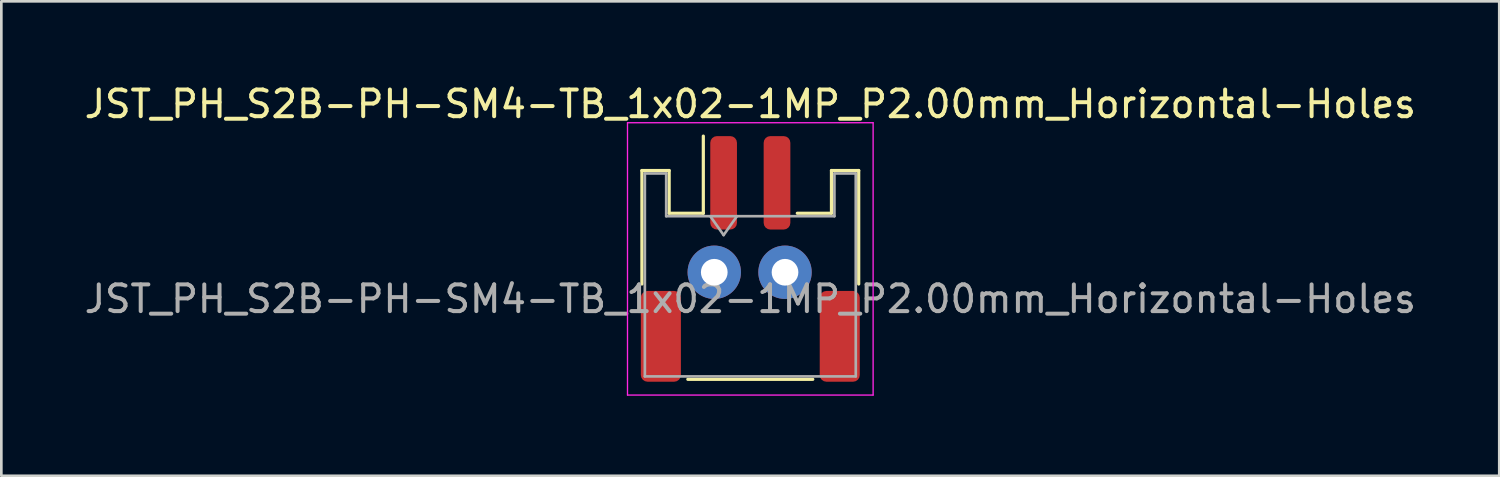
<source format=kicad_pcb>
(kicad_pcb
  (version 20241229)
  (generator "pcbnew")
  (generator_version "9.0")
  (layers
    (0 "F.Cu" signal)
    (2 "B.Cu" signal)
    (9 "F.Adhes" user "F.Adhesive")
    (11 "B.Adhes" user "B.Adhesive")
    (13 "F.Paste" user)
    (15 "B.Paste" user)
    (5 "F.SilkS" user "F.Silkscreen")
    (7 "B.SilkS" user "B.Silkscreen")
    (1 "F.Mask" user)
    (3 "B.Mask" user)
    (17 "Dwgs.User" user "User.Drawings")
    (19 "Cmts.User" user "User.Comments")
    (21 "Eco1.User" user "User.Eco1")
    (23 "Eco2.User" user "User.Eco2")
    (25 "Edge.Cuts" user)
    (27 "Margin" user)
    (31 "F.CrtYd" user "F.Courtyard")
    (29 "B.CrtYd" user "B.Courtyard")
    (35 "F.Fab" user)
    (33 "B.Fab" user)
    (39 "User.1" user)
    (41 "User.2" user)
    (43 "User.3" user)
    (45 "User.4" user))
  (footprint "JST_PH_S2B-PH-SM4-TB_1x02-1MP_P2.00mm_Horizontal-Holes"
    (layer "F.Cu")
    (at 25.054 6.648)
    (property "Reference" "JST_PH_S2B-PH-SM4-TB_1x02-1MP_P2.00mm_Horizontal-Holes" (at 0 -5.8 0) (layer "F.SilkS") (effects (font (size 1 1) (thickness 0.15))))
    (attr smd)
    (fp_line (start -4.06 -3.31) (end -3.04 -3.31) (stroke (width 0.12) (type solid)) (layer "F.SilkS"))
    (fp_line (start -4.06 0.94) (end -4.06 -3.31) (stroke (width 0.12) (type solid)) (layer "F.SilkS"))
    (fp_line (start -3.04 -3.31) (end -3.04 -1.71) (stroke (width 0.12) (type solid)) (layer "F.SilkS"))
    (fp_line (start -3.04 -1.71) (end -1.76 -1.71) (stroke (width 0.12) (type solid)) (layer "F.SilkS"))
    (fp_line (start -2.34 4.51) (end 2.34 4.51) (stroke (width 0.12) (type solid)) (layer "F.SilkS"))
    (fp_line (start -1.76 -1.71) (end -1.76 -4.6) (stroke (width 0.12) (type solid)) (layer "F.SilkS"))
    (fp_line (start 3.04 -3.31) (end 3.04 -1.71) (stroke (width 0.12) (type solid)) (layer "F.SilkS"))
    (fp_line (start 3.04 -1.71) (end 1.76 -1.71) (stroke (width 0.12) (type solid)) (layer "F.SilkS"))
    (fp_line (start 4.06 -3.31) (end 3.04 -3.31) (stroke (width 0.12) (type solid)) (layer "F.SilkS"))
    (fp_line (start 4.06 0.94) (end 4.06 -3.31) (stroke (width 0.12) (type solid)) (layer "F.SilkS"))
    (fp_line (start -4.6 -5.1) (end -4.6 5.1) (stroke (width 0.05) (type solid)) (layer "F.CrtYd"))
    (fp_line (start -4.6 5.1) (end 4.6 5.1) (stroke (width 0.05) (type solid)) (layer "F.CrtYd"))
    (fp_line (start 4.6 -5.1) (end -4.6 -5.1) (stroke (width 0.05) (type solid)) (layer "F.CrtYd"))
    (fp_line (start 4.6 5.1) (end 4.6 -5.1) (stroke (width 0.05) (type solid)) (layer "F.CrtYd"))
    (fp_line (start -3.95 -3.2) (end -3.95 4.4) (stroke (width 0.1) (type solid)) (layer "F.Fab"))
    (fp_line (start -3.95 -3.2) (end -3.15 -3.2) (stroke (width 0.1) (type solid)) (layer "F.Fab"))
    (fp_line (start -3.95 4.4) (end 3.95 4.4) (stroke (width 0.1) (type solid)) (layer "F.Fab"))
    (fp_line (start -3.15 -3.2) (end -3.15 -1.6) (stroke (width 0.1) (type solid)) (layer "F.Fab"))
    (fp_line (start -3.15 -1.6) (end 3.15 -1.6) (stroke (width 0.1) (type solid)) (layer "F.Fab"))
    (fp_line (start -1.5 -1.6) (end -1 -0.893) (stroke (width 0.1) (type solid)) (layer "F.Fab"))
    (fp_line (start -1 -0.893) (end -0.5 -1.6) (stroke (width 0.1) (type solid)) (layer "F.Fab"))
    (fp_line (start 3.15 -3.2) (end 3.95 -3.2) (stroke (width 0.1) (type solid)) (layer "F.Fab"))
    (fp_line (start 3.15 -1.6) (end 3.15 -3.2) (stroke (width 0.1) (type solid)) (layer "F.Fab"))
    (fp_line (start 3.95 -3.2) (end 3.95 4.4) (stroke (width 0.1) (type solid)) (layer "F.Fab"))
    (fp_text user "${REFERENCE}" (at 0 1.5 0) (layer "F.Fab") (effects (font (size 1 1) (thickness 0.15))))
    (pad "1" thru_hole circle (at -1.35 0.5 90) (size 2 2) (drill 1) (layers "*.Cu" "*.Mask"))
    (pad "1" smd roundrect (at -1 -2.85) (size 1 3.5) (layers "F.Cu" "F.Mask" "F.Paste") (roundrect_rratio 0.25))
    (pad "2" smd roundrect (at 1 -2.85) (size 1 3.5) (layers "F.Cu" "F.Mask" "F.Paste") (roundrect_rratio 0.25))
    (pad "2" thru_hole circle (at 1.3 0.5 90) (size 2 2) (drill 1) (layers "*.Cu" "*.Mask"))
    (pad "MP" smd roundrect (at -3.35 2.9) (size 1.5 3.4) (layers "F.Cu" "F.Mask" "F.Paste") (roundrect_rratio 0.167))
    (pad "MP" smd roundrect (at 3.35 2.9) (size 1.5 3.4) (layers "F.Cu" "F.Mask" "F.Paste") (roundrect_rratio 0.167)))
  (gr_rect
    (start -3 -3)
    (end 53.107 14.773)
    (stroke (width 0.1) (type default))
    (fill no)
    (layer "Edge.Cuts")))
</source>
